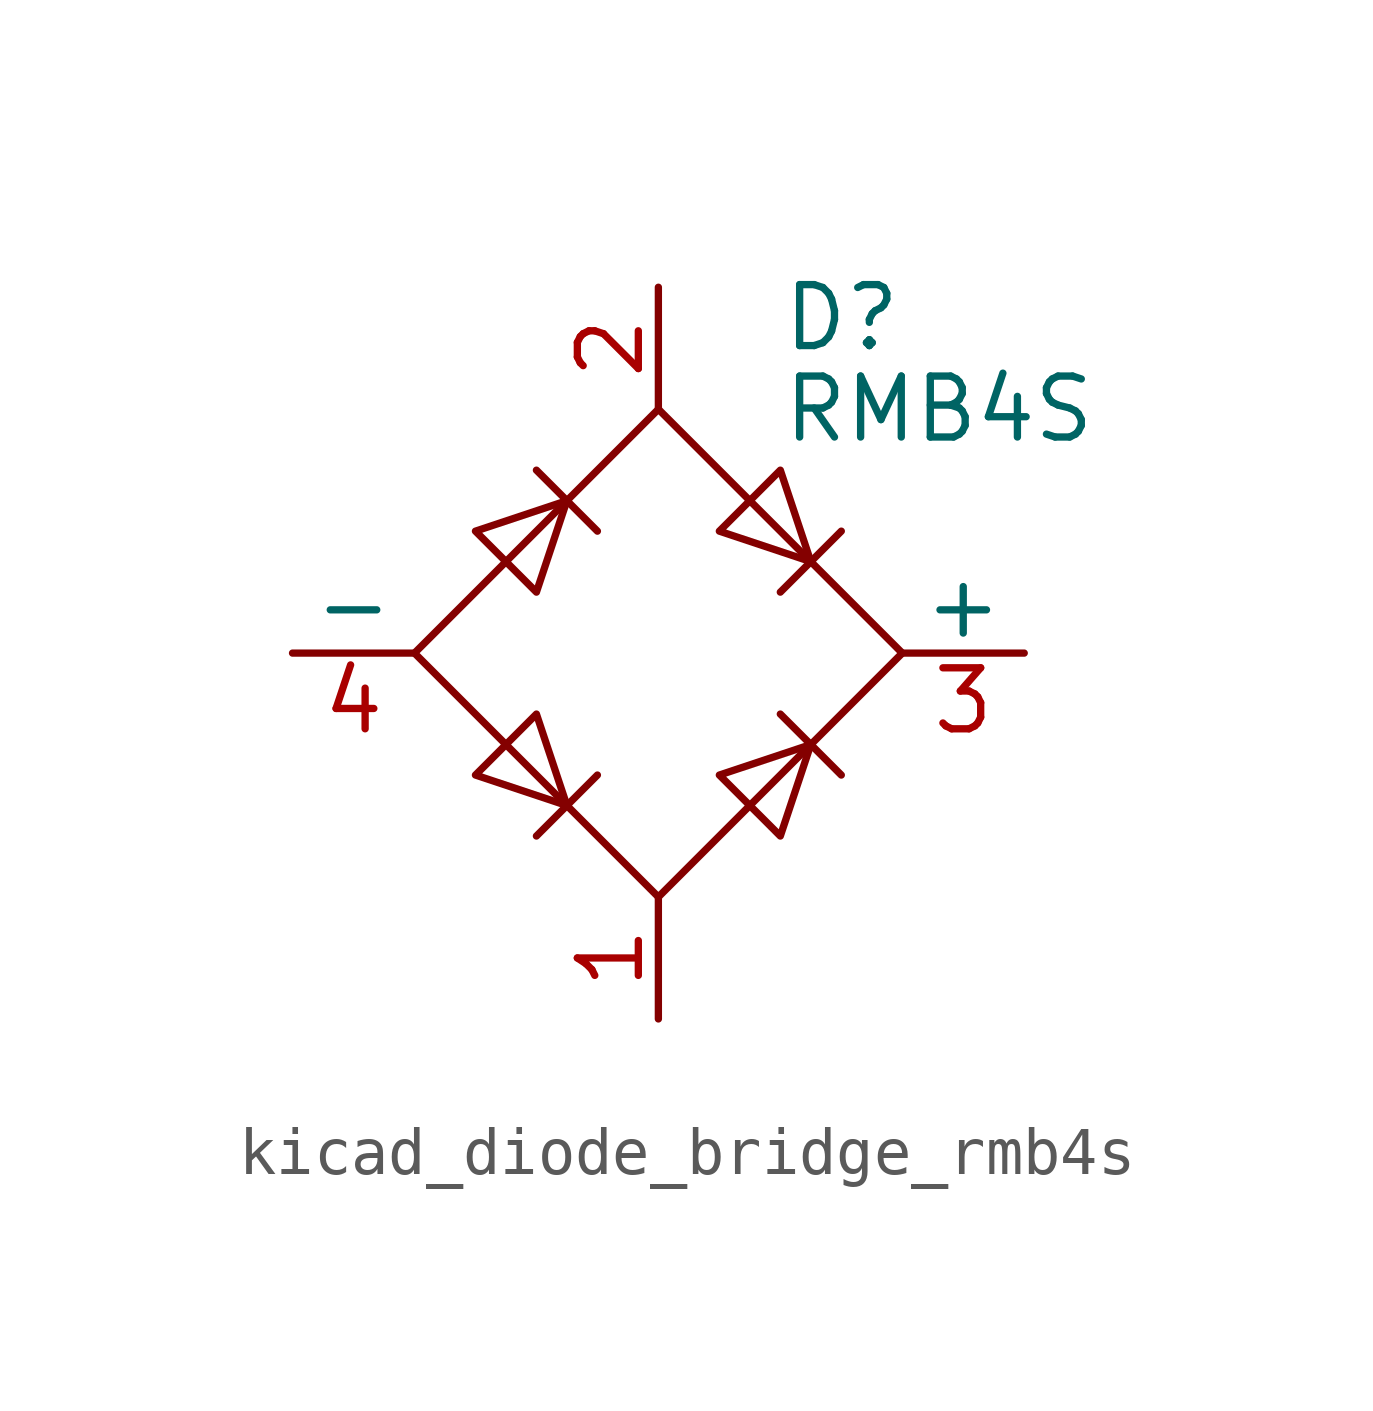
<source format=kicad_sym>
(kicad_symbol_lib
  (version 20220914)
  (generator kicad_symbol_editor)
  (symbol "kicad_diode_bridge_rmb4s"
    (pin_names
      (offset 0))
    (property "Reference" "D"
      (at 2.54 6.985 0)
      (effects (font (size 1.27 1.27)) (justify left)))
    (property "Value" "RMB4S"
      (at 2.54 5.08 0)
      (effects (font (size 1.27 1.27)) (justify left)))
    (symbol "kicad_diode_bridge_rmb4s_0_1"
      (polyline (pts (xy -2.54 3.81) (xy -1.27 2.54)) (stroke (width 0) (type default)) (fill (type none)))
      (polyline (pts (xy -1.27 -2.54) (xy -2.54 -3.81)) (stroke (width 0) (type default)) (fill (type none)))
      (polyline (pts (xy 2.54 -1.27) (xy 3.81 -2.54)) (stroke (width 0) (type default)) (fill (type none)))
      (polyline (pts (xy 2.54 1.27) (xy 3.81 2.54)) (stroke (width 0) (type default)) (fill (type none)))
      (polyline (pts (xy -3.81 2.54) (xy -2.54 1.27) (xy -1.905 3.175) (xy -3.81 2.54)) (stroke (width 0) (type default)) (fill (type none)))
      (polyline (pts (xy -2.54 -1.27) (xy -3.81 -2.54) (xy -1.905 -3.175) (xy -2.54 -1.27)) (stroke (width 0) (type default)) (fill (type none)))
      (polyline (pts (xy 1.27 2.54) (xy 2.54 3.81) (xy 3.175 1.905) (xy 1.27 2.54)) (stroke (width 0) (type default)) (fill (type none)))
      (polyline (pts (xy 3.175 -1.905) (xy 1.27 -2.54) (xy 2.54 -3.81) (xy 3.175 -1.905)) (stroke (width 0) (type default)) (fill (type none)))
      (polyline (pts (xy -5.08 0) (xy 0 -5.08) (xy 5.08 0) (xy 0 5.08) (xy -5.08 0)) (stroke (width 0) (type default)) (fill (type none))))
    (symbol "kicad_diode_bridge_rmb4s_1_1"
      (pin passive line (at 0 -7.62 90) (length 2.54) (name "~" (effects (font (size 1.27 1.27)))) (number "1" (effects (font (size 1.27 1.27)))))
      (pin passive line (at 0 7.62 270) (length 2.54) (name "~" (effects (font (size 1.27 1.27)))) (number "2" (effects (font (size 1.27 1.27)))))
      (pin passive line (at 7.62 0 180) (length 2.54) (name "+" (effects (font (size 1.27 1.27)))) (number "3" (effects (font (size 1.27 1.27)))))
      (pin passive line (at -7.62 0 0) (length 2.54) (name "-" (effects (font (size 1.27 1.27)))) (number "4" (effects (font (size 1.27 1.27))))))))
</source>
